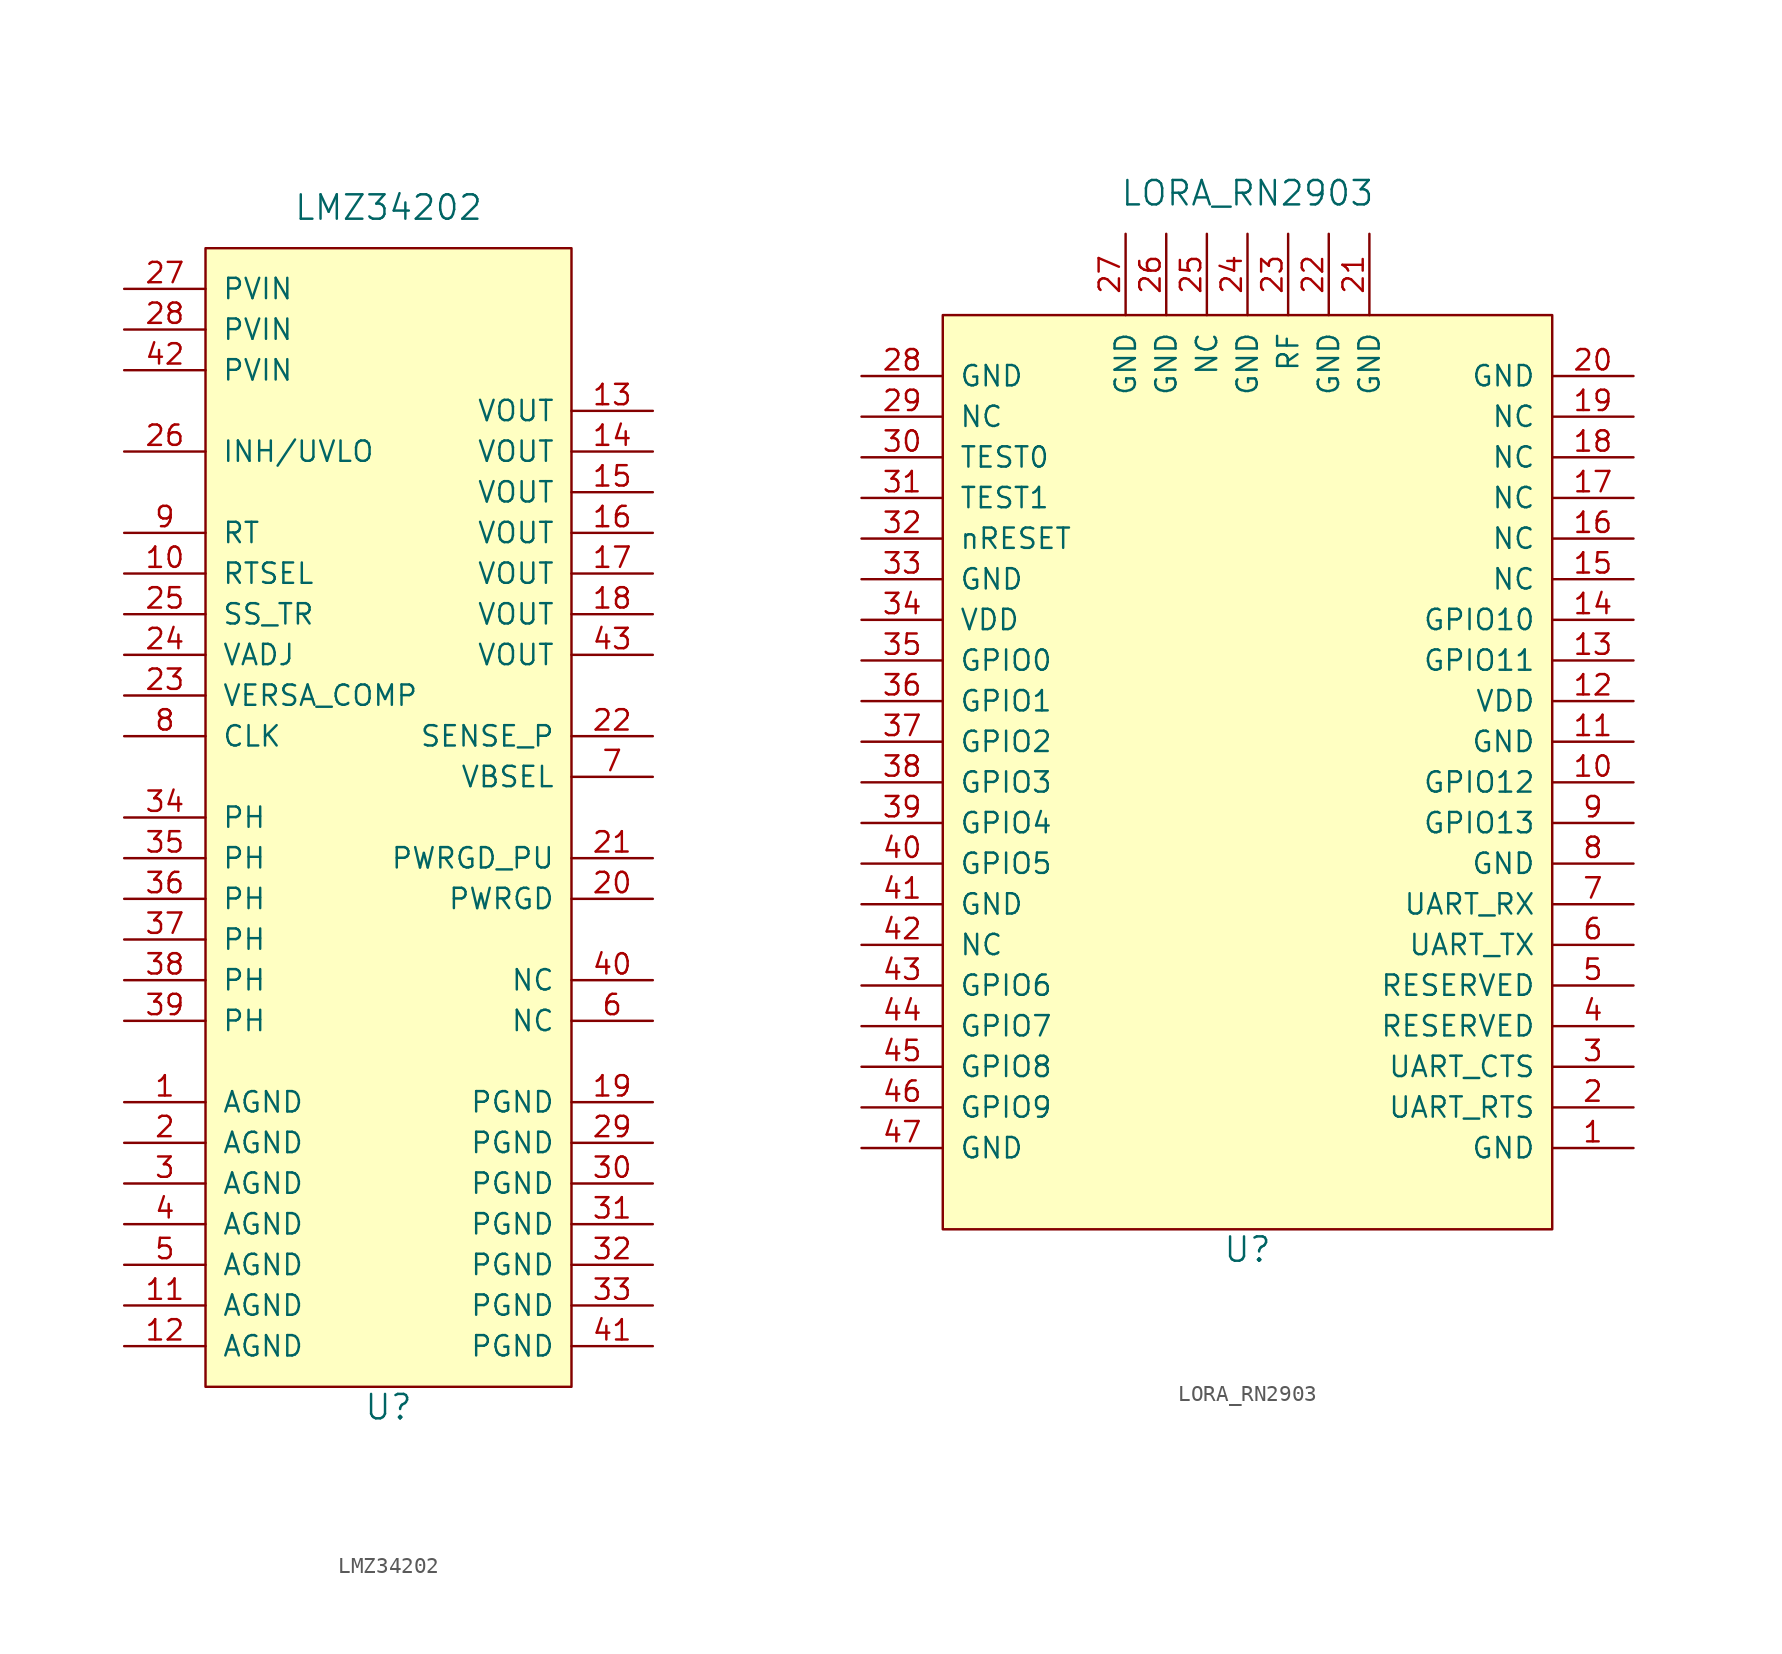
<source format=kicad_sym>
(kicad_symbol_lib
  (version 20211014)
  (generator kicad_symbol_editor)
  (symbol "LMZ34202"
    (pin_names
      (offset 1.016))
    (property "Reference" "U"
      (at 0 -52.07 0)
      (effects (font (size 1.524 1.524))))
    (property "Value" "LMZ34202"
      (at 0 22.86 0)
      (effects (font (size 1.524 1.524))))
    (symbol "LMZ34202_0_1"
      (rectangle (start -11.43 20.32) (end 11.43 -50.8) (stroke (width 0) (type default) (color 0 0 0 0)) (fill (type background))))
    (symbol "LMZ34202_1_1"
      (pin input line (at -16.51 -33.02 0) (length 5.08) (name "AGND" (effects (font (size 1.27 1.27)))) (number "1" (effects (font (size 1.27 1.27)))))
      (pin input line (at -16.51 0 0) (length 5.08) (name "RTSEL" (effects (font (size 1.27 1.27)))) (number "10" (effects (font (size 1.27 1.27)))))
      (pin input line (at -16.51 -45.72 0) (length 5.08) (name "AGND" (effects (font (size 1.27 1.27)))) (number "11" (effects (font (size 1.27 1.27)))))
      (pin input line (at -16.51 -48.26 0) (length 5.08) (name "AGND" (effects (font (size 1.27 1.27)))) (number "12" (effects (font (size 1.27 1.27)))))
      (pin input line (at 16.51 10.16 180) (length 5.08) (name "VOUT" (effects (font (size 1.27 1.27)))) (number "13" (effects (font (size 1.27 1.27)))))
      (pin input line (at 16.51 7.62 180) (length 5.08) (name "VOUT" (effects (font (size 1.27 1.27)))) (number "14" (effects (font (size 1.27 1.27)))))
      (pin input line (at 16.51 5.08 180) (length 5.08) (name "VOUT" (effects (font (size 1.27 1.27)))) (number "15" (effects (font (size 1.27 1.27)))))
      (pin input line (at 16.51 2.54 180) (length 5.08) (name "VOUT" (effects (font (size 1.27 1.27)))) (number "16" (effects (font (size 1.27 1.27)))))
      (pin input line (at 16.51 0 180) (length 5.08) (name "VOUT" (effects (font (size 1.27 1.27)))) (number "17" (effects (font (size 1.27 1.27)))))
      (pin input line (at 16.51 -2.54 180) (length 5.08) (name "VOUT" (effects (font (size 1.27 1.27)))) (number "18" (effects (font (size 1.27 1.27)))))
      (pin input line (at 16.51 -33.02 180) (length 5.08) (name "PGND" (effects (font (size 1.27 1.27)))) (number "19" (effects (font (size 1.27 1.27)))))
      (pin input line (at -16.51 -35.56 0) (length 5.08) (name "AGND" (effects (font (size 1.27 1.27)))) (number "2" (effects (font (size 1.27 1.27)))))
      (pin input line (at 16.51 -20.32 180) (length 5.08) (name "PWRGD" (effects (font (size 1.27 1.27)))) (number "20" (effects (font (size 1.27 1.27)))))
      (pin input line (at 16.51 -17.78 180) (length 5.08) (name "PWRGD_PU" (effects (font (size 1.27 1.27)))) (number "21" (effects (font (size 1.27 1.27)))))
      (pin input line (at 16.51 -10.16 180) (length 5.08) (name "SENSE_P" (effects (font (size 1.27 1.27)))) (number "22" (effects (font (size 1.27 1.27)))))
      (pin input line (at -16.51 -7.62 0) (length 5.08) (name "VERSA_COMP" (effects (font (size 1.27 1.27)))) (number "23" (effects (font (size 1.27 1.27)))))
      (pin input line (at -16.51 -5.08 0) (length 5.08) (name "VADJ" (effects (font (size 1.27 1.27)))) (number "24" (effects (font (size 1.27 1.27)))))
      (pin input line (at -16.51 -2.54 0) (length 5.08) (name "SS_TR" (effects (font (size 1.27 1.27)))) (number "25" (effects (font (size 1.27 1.27)))))
      (pin input line (at -16.51 7.62 0) (length 5.08) (name "INH/UVLO" (effects (font (size 1.27 1.27)))) (number "26" (effects (font (size 1.27 1.27)))))
      (pin input line (at -16.51 17.78 0) (length 5.08) (name "PVIN" (effects (font (size 1.27 1.27)))) (number "27" (effects (font (size 1.27 1.27)))))
      (pin input line (at -16.51 15.24 0) (length 5.08) (name "PVIN" (effects (font (size 1.27 1.27)))) (number "28" (effects (font (size 1.27 1.27)))))
      (pin input line (at 16.51 -35.56 180) (length 5.08) (name "PGND" (effects (font (size 1.27 1.27)))) (number "29" (effects (font (size 1.27 1.27)))))
      (pin input line (at -16.51 -38.1 0) (length 5.08) (name "AGND" (effects (font (size 1.27 1.27)))) (number "3" (effects (font (size 1.27 1.27)))))
      (pin input line (at 16.51 -38.1 180) (length 5.08) (name "PGND" (effects (font (size 1.27 1.27)))) (number "30" (effects (font (size 1.27 1.27)))))
      (pin input line (at 16.51 -40.64 180) (length 5.08) (name "PGND" (effects (font (size 1.27 1.27)))) (number "31" (effects (font (size 1.27 1.27)))))
      (pin input line (at 16.51 -43.18 180) (length 5.08) (name "PGND" (effects (font (size 1.27 1.27)))) (number "32" (effects (font (size 1.27 1.27)))))
      (pin input line (at 16.51 -45.72 180) (length 5.08) (name "PGND" (effects (font (size 1.27 1.27)))) (number "33" (effects (font (size 1.27 1.27)))))
      (pin input line (at -16.51 -15.24 0) (length 5.08) (name "PH" (effects (font (size 1.27 1.27)))) (number "34" (effects (font (size 1.27 1.27)))))
      (pin input line (at -16.51 -17.78 0) (length 5.08) (name "PH" (effects (font (size 1.27 1.27)))) (number "35" (effects (font (size 1.27 1.27)))))
      (pin input line (at -16.51 -20.32 0) (length 5.08) (name "PH" (effects (font (size 1.27 1.27)))) (number "36" (effects (font (size 1.27 1.27)))))
      (pin input line (at -16.51 -22.86 0) (length 5.08) (name "PH" (effects (font (size 1.27 1.27)))) (number "37" (effects (font (size 1.27 1.27)))))
      (pin input line (at -16.51 -25.4 0) (length 5.08) (name "PH" (effects (font (size 1.27 1.27)))) (number "38" (effects (font (size 1.27 1.27)))))
      (pin input line (at -16.51 -27.94 0) (length 5.08) (name "PH" (effects (font (size 1.27 1.27)))) (number "39" (effects (font (size 1.27 1.27)))))
      (pin input line (at -16.51 -40.64 0) (length 5.08) (name "AGND" (effects (font (size 1.27 1.27)))) (number "4" (effects (font (size 1.27 1.27)))))
      (pin input line (at 16.51 -25.4 180) (length 5.08) (name "NC" (effects (font (size 1.27 1.27)))) (number "40" (effects (font (size 1.27 1.27)))))
      (pin input line (at 16.51 -48.26 180) (length 5.08) (name "PGND" (effects (font (size 1.27 1.27)))) (number "41" (effects (font (size 1.27 1.27)))))
      (pin input line (at -16.51 12.7 0) (length 5.08) (name "PVIN" (effects (font (size 1.27 1.27)))) (number "42" (effects (font (size 1.27 1.27)))))
      (pin input line (at 16.51 -5.08 180) (length 5.08) (name "VOUT" (effects (font (size 1.27 1.27)))) (number "43" (effects (font (size 1.27 1.27)))))
      (pin input line (at -16.51 -43.18 0) (length 5.08) (name "AGND" (effects (font (size 1.27 1.27)))) (number "5" (effects (font (size 1.27 1.27)))))
      (pin input line (at 16.51 -27.94 180) (length 5.08) (name "NC" (effects (font (size 1.27 1.27)))) (number "6" (effects (font (size 1.27 1.27)))))
      (pin input line (at 16.51 -12.7 180) (length 5.08) (name "VBSEL" (effects (font (size 1.27 1.27)))) (number "7" (effects (font (size 1.27 1.27)))))
      (pin input line (at -16.51 -10.16 0) (length 5.08) (name "CLK" (effects (font (size 1.27 1.27)))) (number "8" (effects (font (size 1.27 1.27)))))
      (pin input line (at -16.51 2.54 0) (length 5.08) (name "RT" (effects (font (size 1.27 1.27)))) (number "9" (effects (font (size 1.27 1.27)))))))
  (symbol "LORA_RN2903"
    (pin_names
      (offset 1.016))
    (property "Reference" "U"
      (at 0 -30.48 0)
      (effects (font (size 1.524 1.524))))
    (property "Value" "LORA_RN2903"
      (at 0 35.56 0)
      (effects (font (size 1.524 1.524))))
    (property "Footprint" ""
      (at 10.16 0 0)
      (effects (font (size 1.524 1.524))))
    (property "Datasheet" ""
      (at 10.16 0 0)
      (effects (font (size 1.524 1.524))))
    (symbol "LORA_RN2903_0_1"
      (rectangle (start 19.05 27.94) (end -19.05 -29.21) (stroke (width 0) (type default) (color 0 0 0 0)) (fill (type background))))
    (symbol "LORA_RN2903_1_1"
      (pin input line (at 24.13 -24.13 180) (length 5.08) (name "GND" (effects (font (size 1.27 1.27)))) (number "1" (effects (font (size 1.27 1.27)))))
      (pin input line (at 24.13 -1.27 180) (length 5.08) (name "GPIO12" (effects (font (size 1.27 1.27)))) (number "10" (effects (font (size 1.27 1.27)))))
      (pin input line (at 24.13 1.27 180) (length 5.08) (name "GND" (effects (font (size 1.27 1.27)))) (number "11" (effects (font (size 1.27 1.27)))))
      (pin input line (at 24.13 3.81 180) (length 5.08) (name "VDD" (effects (font (size 1.27 1.27)))) (number "12" (effects (font (size 1.27 1.27)))))
      (pin input line (at 24.13 6.35 180) (length 5.08) (name "GPIO11" (effects (font (size 1.27 1.27)))) (number "13" (effects (font (size 1.27 1.27)))))
      (pin input line (at 24.13 8.89 180) (length 5.08) (name "GPIO10" (effects (font (size 1.27 1.27)))) (number "14" (effects (font (size 1.27 1.27)))))
      (pin input line (at 24.13 11.43 180) (length 5.08) (name "NC" (effects (font (size 1.27 1.27)))) (number "15" (effects (font (size 1.27 1.27)))))
      (pin input line (at 24.13 13.97 180) (length 5.08) (name "NC" (effects (font (size 1.27 1.27)))) (number "16" (effects (font (size 1.27 1.27)))))
      (pin input line (at 24.13 16.51 180) (length 5.08) (name "NC" (effects (font (size 1.27 1.27)))) (number "17" (effects (font (size 1.27 1.27)))))
      (pin input line (at 24.13 19.05 180) (length 5.08) (name "NC" (effects (font (size 1.27 1.27)))) (number "18" (effects (font (size 1.27 1.27)))))
      (pin input line (at 24.13 21.59 180) (length 5.08) (name "NC" (effects (font (size 1.27 1.27)))) (number "19" (effects (font (size 1.27 1.27)))))
      (pin input line (at 24.13 -21.59 180) (length 5.08) (name "UART_RTS" (effects (font (size 1.27 1.27)))) (number "2" (effects (font (size 1.27 1.27)))))
      (pin input line (at 24.13 24.13 180) (length 5.08) (name "GND" (effects (font (size 1.27 1.27)))) (number "20" (effects (font (size 1.27 1.27)))))
      (pin input line (at 7.62 33.02 270) (length 5.08) (name "GND" (effects (font (size 1.27 1.27)))) (number "21" (effects (font (size 1.27 1.27)))))
      (pin input line (at 5.08 33.02 270) (length 5.08) (name "GND" (effects (font (size 1.27 1.27)))) (number "22" (effects (font (size 1.27 1.27)))))
      (pin input line (at 2.54 33.02 270) (length 5.08) (name "RF" (effects (font (size 1.27 1.27)))) (number "23" (effects (font (size 1.27 1.27)))))
      (pin input line (at 0 33.02 270) (length 5.08) (name "GND" (effects (font (size 1.27 1.27)))) (number "24" (effects (font (size 1.27 1.27)))))
      (pin input line (at -2.54 33.02 270) (length 5.08) (name "NC" (effects (font (size 1.27 1.27)))) (number "25" (effects (font (size 1.27 1.27)))))
      (pin input line (at -5.08 33.02 270) (length 5.08) (name "GND" (effects (font (size 1.27 1.27)))) (number "26" (effects (font (size 1.27 1.27)))))
      (pin input line (at -7.62 33.02 270) (length 5.08) (name "GND" (effects (font (size 1.27 1.27)))) (number "27" (effects (font (size 1.27 1.27)))))
      (pin input line (at -24.13 24.13 0) (length 5.08) (name "GND" (effects (font (size 1.27 1.27)))) (number "28" (effects (font (size 1.27 1.27)))))
      (pin input line (at -24.13 21.59 0) (length 5.08) (name "NC" (effects (font (size 1.27 1.27)))) (number "29" (effects (font (size 1.27 1.27)))))
      (pin input line (at 24.13 -19.05 180) (length 5.08) (name "UART_CTS" (effects (font (size 1.27 1.27)))) (number "3" (effects (font (size 1.27 1.27)))))
      (pin input line (at -24.13 19.05 0) (length 5.08) (name "TEST0" (effects (font (size 1.27 1.27)))) (number "30" (effects (font (size 1.27 1.27)))))
      (pin input line (at -24.13 16.51 0) (length 5.08) (name "TEST1" (effects (font (size 1.27 1.27)))) (number "31" (effects (font (size 1.27 1.27)))))
      (pin input line (at -24.13 13.97 0) (length 5.08) (name "nRESET" (effects (font (size 1.27 1.27)))) (number "32" (effects (font (size 1.27 1.27)))))
      (pin input line (at -24.13 11.43 0) (length 5.08) (name "GND" (effects (font (size 1.27 1.27)))) (number "33" (effects (font (size 1.27 1.27)))))
      (pin input line (at -24.13 8.89 0) (length 5.08) (name "VDD" (effects (font (size 1.27 1.27)))) (number "34" (effects (font (size 1.27 1.27)))))
      (pin input line (at -24.13 6.35 0) (length 5.08) (name "GPIO0" (effects (font (size 1.27 1.27)))) (number "35" (effects (font (size 1.27 1.27)))))
      (pin input line (at -24.13 3.81 0) (length 5.08) (name "GPIO1" (effects (font (size 1.27 1.27)))) (number "36" (effects (font (size 1.27 1.27)))))
      (pin input line (at -24.13 1.27 0) (length 5.08) (name "GPIO2" (effects (font (size 1.27 1.27)))) (number "37" (effects (font (size 1.27 1.27)))))
      (pin input line (at -24.13 -1.27 0) (length 5.08) (name "GPIO3" (effects (font (size 1.27 1.27)))) (number "38" (effects (font (size 1.27 1.27)))))
      (pin input line (at -24.13 -3.81 0) (length 5.08) (name "GPIO4" (effects (font (size 1.27 1.27)))) (number "39" (effects (font (size 1.27 1.27)))))
      (pin input line (at 24.13 -16.51 180) (length 5.08) (name "RESERVED" (effects (font (size 1.27 1.27)))) (number "4" (effects (font (size 1.27 1.27)))))
      (pin input line (at -24.13 -6.35 0) (length 5.08) (name "GPIO5" (effects (font (size 1.27 1.27)))) (number "40" (effects (font (size 1.27 1.27)))))
      (pin input line (at -24.13 -8.89 0) (length 5.08) (name "GND" (effects (font (size 1.27 1.27)))) (number "41" (effects (font (size 1.27 1.27)))))
      (pin input line (at -24.13 -11.43 0) (length 5.08) (name "NC" (effects (font (size 1.27 1.27)))) (number "42" (effects (font (size 1.27 1.27)))))
      (pin input line (at -24.13 -13.97 0) (length 5.08) (name "GPIO6" (effects (font (size 1.27 1.27)))) (number "43" (effects (font (size 1.27 1.27)))))
      (pin input line (at -24.13 -16.51 0) (length 5.08) (name "GPIO7" (effects (font (size 1.27 1.27)))) (number "44" (effects (font (size 1.27 1.27)))))
      (pin input line (at -24.13 -19.05 0) (length 5.08) (name "GPIO8" (effects (font (size 1.27 1.27)))) (number "45" (effects (font (size 1.27 1.27)))))
      (pin input line (at -24.13 -21.59 0) (length 5.08) (name "GPIO9" (effects (font (size 1.27 1.27)))) (number "46" (effects (font (size 1.27 1.27)))))
      (pin input line (at -24.13 -24.13 0) (length 5.08) (name "GND" (effects (font (size 1.27 1.27)))) (number "47" (effects (font (size 1.27 1.27)))))
      (pin input line (at 24.13 -13.97 180) (length 5.08) (name "RESERVED" (effects (font (size 1.27 1.27)))) (number "5" (effects (font (size 1.27 1.27)))))
      (pin input line (at 24.13 -11.43 180) (length 5.08) (name "UART_TX" (effects (font (size 1.27 1.27)))) (number "6" (effects (font (size 1.27 1.27)))))
      (pin input line (at 24.13 -8.89 180) (length 5.08) (name "UART_RX" (effects (font (size 1.27 1.27)))) (number "7" (effects (font (size 1.27 1.27)))))
      (pin input line (at 24.13 -6.35 180) (length 5.08) (name "GND" (effects (font (size 1.27 1.27)))) (number "8" (effects (font (size 1.27 1.27)))))
      (pin input line (at 24.13 -3.81 180) (length 5.08) (name "GPIO13" (effects (font (size 1.27 1.27)))) (number "9" (effects (font (size 1.27 1.27))))))))
</source>
